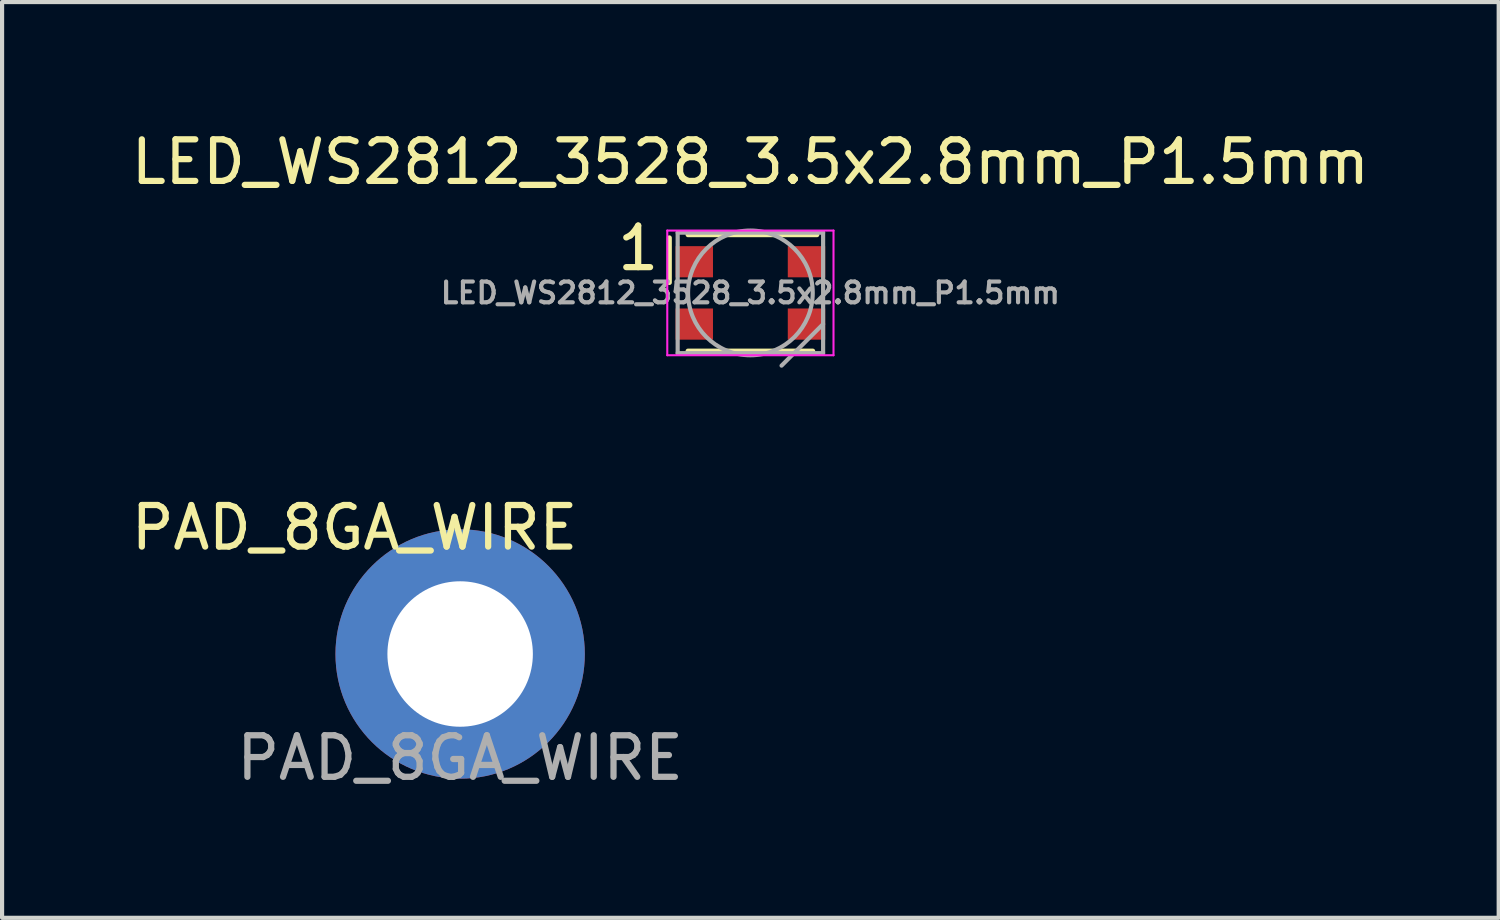
<source format=kicad_pcb>
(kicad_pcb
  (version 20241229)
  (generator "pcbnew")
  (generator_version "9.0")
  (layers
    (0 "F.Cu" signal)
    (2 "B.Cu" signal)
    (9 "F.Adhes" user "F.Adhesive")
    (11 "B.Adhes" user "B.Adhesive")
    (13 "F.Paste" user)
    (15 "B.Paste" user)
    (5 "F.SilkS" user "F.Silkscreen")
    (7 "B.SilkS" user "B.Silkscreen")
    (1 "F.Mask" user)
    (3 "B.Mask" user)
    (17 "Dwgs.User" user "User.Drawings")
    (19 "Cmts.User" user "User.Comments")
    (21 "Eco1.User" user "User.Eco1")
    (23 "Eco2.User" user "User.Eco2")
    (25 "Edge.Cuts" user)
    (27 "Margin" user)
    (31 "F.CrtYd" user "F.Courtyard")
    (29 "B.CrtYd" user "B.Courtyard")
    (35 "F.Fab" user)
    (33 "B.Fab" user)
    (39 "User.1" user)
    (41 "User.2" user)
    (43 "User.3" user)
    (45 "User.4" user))
  (footprint "LED_WS2812_3528_3.5x2.8mm_P1.5mm"
    (layer "F.Cu")
    (at 15.006 3.998)
    (property "Reference" "LED_WS2812_3528_3.5x2.8mm_P1.5mm" (at 0 -3.15 0) (layer "F.SilkS") (effects (font (size 1 1) (thickness 0.15))))
    (attr smd)
    (fp_line (start -1.95 -0.25) (end -1.95 -1.325) (stroke (width 0.12) (type solid)) (layer "F.SilkS"))
    (fp_line (start -1.5 -1.4) (end 1.6 -1.4) (stroke (width 0.12) (type solid)) (layer "F.SilkS"))
    (fp_line (start -1.5 1.4) (end 1.5 1.4) (stroke (width 0.12) (type solid)) (layer "F.SilkS"))
    (fp_line (start -2 -1.5) (end -2 1.5) (stroke (width 0.05) (type solid)) (layer "F.CrtYd"))
    (fp_line (start -2 1.5) (end 2 1.5) (stroke (width 0.05) (type solid)) (layer "F.CrtYd"))
    (fp_line (start 2 -1.5) (end -2 -1.5) (stroke (width 0.05) (type solid)) (layer "F.CrtYd"))
    (fp_line (start 2 1.5) (end 2 -1.5) (stroke (width 0.05) (type solid)) (layer "F.CrtYd"))
    (fp_line (start -1.75 -1.45) (end -1.75 1.45) (stroke (width 0.1) (type solid)) (layer "F.Fab"))
    (fp_line (start -1.75 1.45) (end 1.75 1.45) (stroke (width 0.1) (type solid)) (layer "F.Fab"))
    (fp_line (start 1.75 -1.45) (end -1.75 -1.45) (stroke (width 0.1) (type solid)) (layer "F.Fab"))
    (fp_line (start 1.75 0.75) (end 0.75 1.75) (stroke (width 0.1) (type solid)) (layer "F.Fab"))
    (fp_line (start 1.75 1.45) (end 1.75 -1.45) (stroke (width 0.1) (type solid)) (layer "F.Fab"))
    (fp_circle (center 0 0) (end 0 -1.5) (stroke (width 0.1) (type solid)) (fill no) (layer "F.Fab"))
    (fp_text user "1" (at -2.7 -1.075 0) (layer "F.SilkS") (effects (font (size 1 1) (thickness 0.15))))
    (fp_text user "${REFERENCE}" (at 0 0 0) (layer "F.Fab") (effects (font (size 0.5 0.5) (thickness 0.1))))
    (pad "1" smd rect (at -1.35 -0.75) (size 0.9 0.75) (layers "F.Cu" "F.Mask" "F.Paste"))
    (pad "2" smd rect (at -1.35 0.75) (size 0.9 0.75) (layers "F.Cu" "F.Mask" "F.Paste"))
    (pad "3" smd rect (at 1.35 0.75) (size 0.9 0.75) (layers "F.Cu" "F.Mask" "F.Paste"))
    (pad "4" smd rect (at 1.35 -0.75) (size 0.9 0.75) (layers "F.Cu" "F.Mask" "F.Paste")))
  (footprint "PAD_8GA_WIRE"
    (layer "F.Cu")
    (at 8.022 12.687)
    (property "Reference" "PAD_8GA_WIRE" (at -2.54 -3.04 0) (unlocked yes) (layer "F.SilkS") (effects (font (size 1 1) (thickness 0.15))))
    (attr through_hole)
    (fp_text user "${REFERENCE}" (at 0 2.5 0) (unlocked yes) (layer "F.Fab") (effects (font (size 1 1) (thickness 0.15))))
    (pad "1" thru_hole circle (at 0 0) (size 6 6) (drill 3.5) (layers "*.Cu" "*.Mask")))
  (gr_rect
    (start -3 -3)
    (end 33.012 19.035)
    (stroke (width 0.1) (type default))
    (fill no)
    (layer "Edge.Cuts")))
</source>
